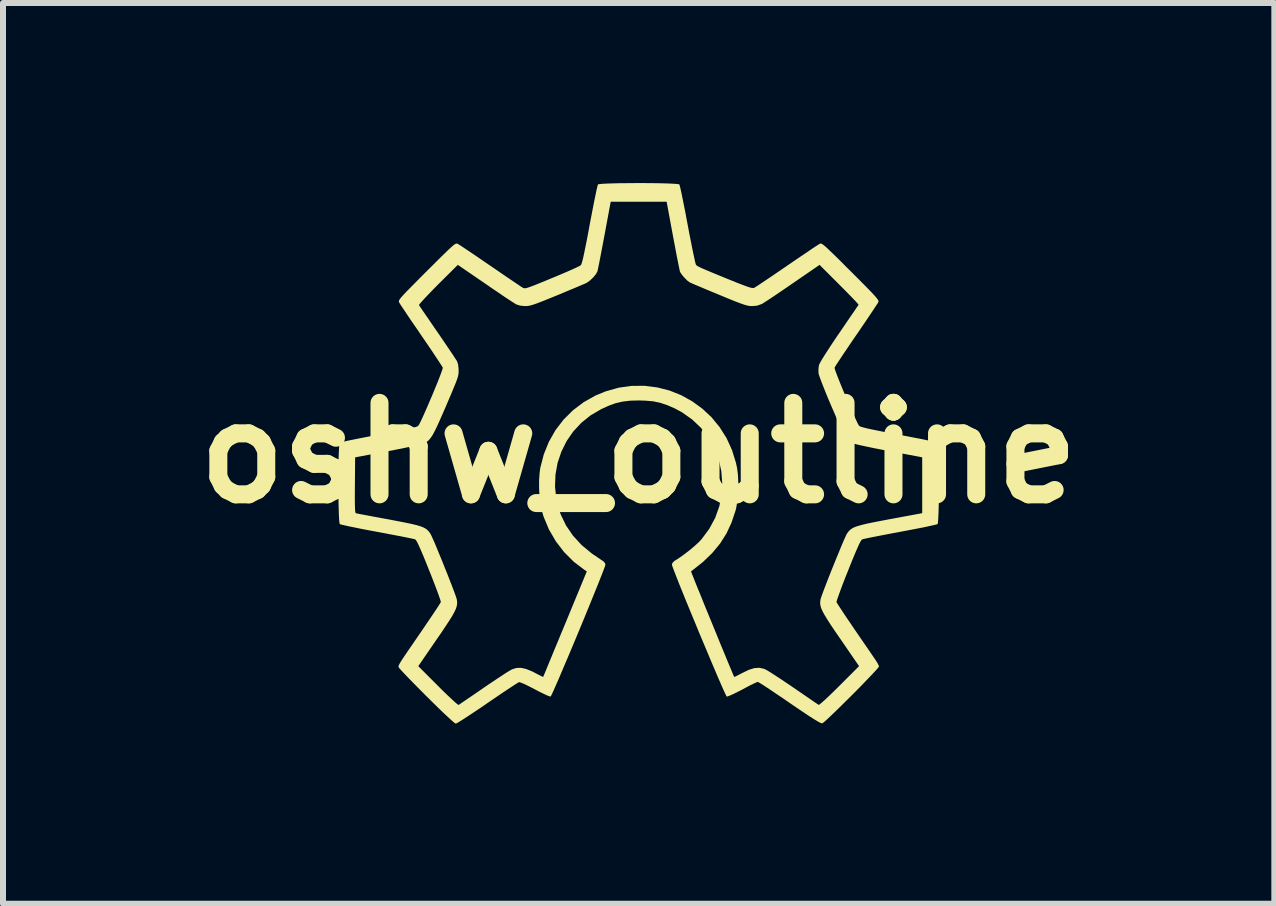
<source format=kicad_pcb>
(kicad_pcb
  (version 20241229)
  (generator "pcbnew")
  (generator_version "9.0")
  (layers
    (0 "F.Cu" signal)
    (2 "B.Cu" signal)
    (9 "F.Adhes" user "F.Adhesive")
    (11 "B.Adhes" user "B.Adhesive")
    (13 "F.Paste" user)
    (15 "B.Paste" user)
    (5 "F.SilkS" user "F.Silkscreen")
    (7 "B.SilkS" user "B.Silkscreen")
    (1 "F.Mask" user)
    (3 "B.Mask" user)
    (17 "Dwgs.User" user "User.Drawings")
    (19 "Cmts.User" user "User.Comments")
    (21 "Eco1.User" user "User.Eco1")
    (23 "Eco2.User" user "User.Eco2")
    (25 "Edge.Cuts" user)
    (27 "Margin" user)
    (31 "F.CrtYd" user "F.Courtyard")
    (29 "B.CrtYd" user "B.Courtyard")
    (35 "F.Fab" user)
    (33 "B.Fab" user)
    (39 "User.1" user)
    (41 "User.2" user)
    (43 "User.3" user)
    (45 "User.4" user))
  (footprint "oshw_outline"
    (layer "F.Cu")
    (at 7.591 4.497)
    (property "Reference" "oshw_outline" (at 0 0 0) (layer "F.SilkS") (effects (font (size 1.524 1.524) (thickness 0.3))))
    (attr board_only exclude_from_pos_files exclude_from_bom)
    (fp_poly (pts (xy 0.154 -4.496) (xy 0.276 -4.495) (xy 0.389 -4.493) (xy 0.489 -4.49) (xy 0.572 -4.486) (xy 0.633 -4.482) (xy 0.67 -4.477) (xy 0.678 -4.474) (xy 0.684 -4.454) (xy 0.696 -4.407) (xy 0.712 -4.335) (xy 0.731 -4.242) (xy 0.753 -4.132) (xy 0.778 -4.007) (xy 0.803 -3.872) (xy 0.816 -3.805) (xy 0.842 -3.665) (xy 0.868 -3.535) (xy 0.891 -3.417) (xy 0.912 -3.316) (xy 0.93 -3.233) (xy 0.943 -3.174) (xy 0.953 -3.14) (xy 0.955 -3.135) (xy 0.965 -3.125) (xy 0.982 -3.113) (xy 1.009 -3.099) (xy 1.049 -3.08) (xy 1.104 -3.056) (xy 1.177 -3.025) (xy 1.271 -2.986) (xy 1.39 -2.937) (xy 1.518 -2.885) (xy 1.634 -2.838) (xy 1.725 -2.803) (xy 1.794 -2.777) (xy 1.844 -2.76) (xy 1.88 -2.751) (xy 1.904 -2.748) (xy 1.921 -2.75) (xy 1.926 -2.752) (xy 1.947 -2.765) (xy 1.991 -2.793) (xy 2.055 -2.836) (xy 2.136 -2.89) (xy 2.231 -2.954) (xy 2.336 -3.026) (xy 2.449 -3.103) (xy 2.473 -3.12) (xy 2.588 -3.198) (xy 2.695 -3.271) (xy 2.792 -3.336) (xy 2.875 -3.393) (xy 2.943 -3.438) (xy 2.991 -3.469) (xy 3.017 -3.485) (xy 3.02 -3.487) (xy 3.03 -3.489) (xy 3.042 -3.488) (xy 3.059 -3.48) (xy 3.082 -3.463) (xy 3.114 -3.437) (xy 3.156 -3.398) (xy 3.211 -3.345) (xy 3.282 -3.277) (xy 3.369 -3.191) (xy 3.475 -3.084) (xy 3.533 -3.027) (xy 3.649 -2.911) (xy 3.744 -2.815) (xy 3.821 -2.737) (xy 3.881 -2.675) (xy 3.926 -2.627) (xy 3.958 -2.59) (xy 3.979 -2.563) (xy 3.991 -2.544) (xy 3.996 -2.529) (xy 3.995 -2.518) (xy 3.993 -2.512) (xy 3.98 -2.491) (xy 3.951 -2.447) (xy 3.909 -2.383) (xy 3.855 -2.302) (xy 3.791 -2.207) (xy 3.719 -2.101) (xy 3.642 -1.988) (xy 3.623 -1.961) (xy 3.545 -1.847) (xy 3.473 -1.74) (xy 3.408 -1.644) (xy 3.353 -1.561) (xy 3.309 -1.495) (xy 3.279 -1.448) (xy 3.265 -1.423) (xy 3.264 -1.42) (xy 3.268 -1.399) (xy 3.283 -1.354) (xy 3.308 -1.288) (xy 3.34 -1.206) (xy 3.378 -1.112) (xy 3.42 -1.011) (xy 3.464 -0.907) (xy 3.508 -0.804) (xy 3.55 -0.707) (xy 3.59 -0.619) (xy 3.624 -0.546) (xy 3.65 -0.491) (xy 3.669 -0.458) (xy 3.673 -0.453) (xy 3.686 -0.444) (xy 3.713 -0.434) (xy 3.755 -0.422) (xy 3.815 -0.407) (xy 3.896 -0.39) (xy 3.999 -0.369) (xy 4.129 -0.343) (xy 4.286 -0.314) (xy 4.331 -0.305) (xy 4.468 -0.279) (xy 4.596 -0.254) (xy 4.712 -0.232) (xy 4.811 -0.211) (xy 4.891 -0.194) (xy 4.947 -0.181) (xy 4.977 -0.173) (xy 4.981 -0.171) (xy 4.986 -0.151) (xy 4.991 -0.103) (xy 4.995 -0.032) (xy 4.998 0.058) (xy 5 0.164) (xy 5.002 0.282) (xy 5.003 0.406) (xy 5.003 0.534) (xy 5.002 0.661) (xy 5.001 0.783) (xy 4.999 0.896) (xy 4.996 0.996) (xy 4.992 1.079) (xy 4.988 1.14) (xy 4.983 1.177) (xy 4.979 1.185) (xy 4.959 1.192) (xy 4.912 1.203) (xy 4.84 1.219) (xy 4.748 1.239) (xy 4.639 1.26) (xy 4.516 1.284) (xy 4.383 1.309) (xy 4.358 1.314) (xy 4.223 1.339) (xy 4.097 1.363) (xy 3.984 1.385) (xy 3.886 1.404) (xy 3.809 1.42) (xy 3.754 1.432) (xy 3.727 1.439) (xy 3.725 1.439) (xy 3.713 1.45) (xy 3.696 1.476) (xy 3.674 1.518) (xy 3.646 1.58) (xy 3.61 1.663) (xy 3.565 1.771) (xy 3.511 1.905) (xy 3.491 1.956) (xy 3.443 2.075) (xy 3.4 2.186) (xy 3.363 2.285) (xy 3.333 2.368) (xy 3.311 2.431) (xy 3.298 2.471) (xy 3.296 2.485) (xy 3.307 2.504) (xy 3.333 2.545) (xy 3.373 2.606) (xy 3.424 2.684) (xy 3.485 2.774) (xy 3.553 2.874) (xy 3.601 2.945) (xy 3.675 3.053) (xy 3.745 3.155) (xy 3.81 3.249) (xy 3.866 3.331) (xy 3.91 3.396) (xy 3.941 3.441) (xy 3.951 3.456) (xy 3.98 3.502) (xy 3.999 3.54) (xy 4.004 3.558) (xy 3.993 3.575) (xy 3.962 3.611) (xy 3.914 3.663) (xy 3.852 3.729) (xy 3.779 3.805) (xy 3.698 3.889) (xy 3.611 3.977) (xy 3.521 4.067) (xy 3.432 4.155) (xy 3.346 4.24) (xy 3.266 4.318) (xy 3.195 4.386) (xy 3.136 4.441) (xy 3.091 4.481) (xy 3.064 4.502) (xy 3.059 4.504) (xy 3.044 4.503) (xy 3.017 4.491) (xy 2.977 4.469) (xy 2.921 4.435) (xy 2.847 4.388) (xy 2.754 4.326) (xy 2.638 4.248) (xy 2.515 4.164) (xy 2.402 4.086) (xy 2.296 4.015) (xy 2.201 3.951) (xy 2.12 3.897) (xy 2.055 3.855) (xy 2.009 3.827) (xy 1.986 3.814) (xy 1.984 3.814) (xy 1.964 3.821) (xy 1.92 3.841) (xy 1.859 3.871) (xy 1.786 3.909) (xy 1.727 3.941) (xy 1.647 3.982) (xy 1.576 4.017) (xy 1.519 4.042) (xy 1.481 4.057) (xy 1.467 4.058) (xy 1.458 4.043) (xy 1.437 4) (xy 1.407 3.934) (xy 1.369 3.847) (xy 1.323 3.742) (xy 1.272 3.622) (xy 1.215 3.488) (xy 1.155 3.345) (xy 1.092 3.195) (xy 1.027 3.041) (xy 0.963 2.885) (xy 0.899 2.731) (xy 0.837 2.58) (xy 0.778 2.437) (xy 0.724 2.303) (xy 0.675 2.182) (xy 0.633 2.075) (xy 0.599 1.987) (xy 0.573 1.92) (xy 0.558 1.877) (xy 0.554 1.86) (xy 0.564 1.83) (xy 0.596 1.799) (xy 0.622 1.783) (xy 0.691 1.738) (xy 0.771 1.68) (xy 0.855 1.615) (xy 0.934 1.548) (xy 1.002 1.486) (xy 1.048 1.437) (xy 1.177 1.263) (xy 1.276 1.079) (xy 1.345 0.884) (xy 1.383 0.68) (xy 1.393 0.514) (xy 1.377 0.304) (xy 1.333 0.104) (xy 1.26 -0.085) (xy 1.161 -0.26) (xy 1.038 -0.419) (xy 0.89 -0.559) (xy 0.721 -0.678) (xy 0.6 -0.743) (xy 0.473 -0.798) (xy 0.356 -0.837) (xy 0.238 -0.861) (xy 0.107 -0.872) (xy 0 -0.875) (xy -0.143 -0.871) (xy -0.266 -0.856) (xy -0.381 -0.83) (xy -0.497 -0.788) (xy -0.625 -0.73) (xy -0.802 -0.626) (xy -0.958 -0.5) (xy -1.092 -0.355) (xy -1.203 -0.194) (xy -1.289 -0.019) (xy -1.351 0.166) (xy -1.386 0.359) (xy -1.394 0.557) (xy -1.373 0.757) (xy -1.323 0.956) (xy -1.299 1.024) (xy -1.211 1.207) (xy -1.095 1.377) (xy -0.951 1.534) (xy -0.778 1.677) (xy -0.637 1.772) (xy -0.587 1.806) (xy -0.561 1.835) (xy -0.554 1.86) (xy -0.56 1.882) (xy -0.577 1.93) (xy -0.604 2.001) (xy -0.64 2.092) (xy -0.683 2.201) (xy -0.733 2.324) (xy -0.788 2.46) (xy -0.847 2.605) (xy -0.909 2.756) (xy -0.973 2.911) (xy -1.038 3.067) (xy -1.102 3.22) (xy -1.165 3.37) (xy -1.225 3.511) (xy -1.281 3.642) (xy -1.331 3.761) (xy -1.376 3.863) (xy -1.413 3.947) (xy -1.441 4.009) (xy -1.46 4.047) (xy -1.467 4.058) (xy -1.488 4.054) (xy -1.531 4.037) (xy -1.592 4.008) (xy -1.666 3.972) (xy -1.728 3.939) (xy -1.815 3.894) (xy -1.889 3.857) (xy -1.947 3.832) (xy -1.984 3.819) (xy -1.994 3.819) (xy -2.013 3.829) (xy -2.055 3.855) (xy -2.117 3.896) (xy -2.196 3.948) (xy -2.289 4.01) (xy -2.393 4.081) (xy -2.505 4.157) (xy -2.521 4.168) (xy -2.633 4.245) (xy -2.738 4.315) (xy -2.833 4.378) (xy -2.914 4.431) (xy -2.979 4.472) (xy -3.024 4.499) (xy -3.047 4.51) (xy -3.048 4.51) (xy -3.066 4.499) (xy -3.103 4.468) (xy -3.159 4.417) (xy -3.23 4.351) (xy -3.316 4.269) (xy -3.412 4.175) (xy -3.518 4.07) (xy -3.533 4.056) (xy -3.632 3.956) (xy -3.724 3.863) (xy -3.807 3.778) (xy -3.878 3.705) (xy -3.934 3.645) (xy -3.974 3.602) (xy -3.995 3.577) (xy -3.997 3.573) (xy -4 3.564) (xy -4.001 3.555) (xy -3.999 3.543) (xy -3.991 3.526) (xy -3.978 3.502) (xy -3.957 3.467) (xy -3.926 3.419) (xy -3.884 3.357) (xy -3.829 3.276) (xy -3.76 3.176) (xy -3.676 3.053) (xy -3.638 2.998) (xy -3.562 2.887) (xy -3.492 2.783) (xy -3.429 2.69) (xy -3.376 2.611) (xy -3.335 2.548) (xy -3.308 2.505) (xy -3.296 2.485) (xy -3.296 2.484) (xy -3.3 2.464) (xy -3.315 2.418) (xy -3.339 2.35) (xy -3.371 2.263) (xy -3.41 2.161) (xy -3.454 2.048) (xy -3.491 1.956) (xy -3.548 1.812) (xy -3.596 1.696) (xy -3.635 1.605) (xy -3.666 1.536) (xy -3.69 1.487) (xy -3.708 1.456) (xy -3.722 1.441) (xy -3.725 1.439) (xy -3.748 1.433) (xy -3.798 1.422) (xy -3.872 1.407) (xy -3.966 1.388) (xy -4.078 1.367) (xy -4.202 1.343) (xy -4.335 1.318) (xy -4.358 1.314) (xy -4.492 1.289) (xy -4.617 1.265) (xy -4.729 1.242) (xy -4.825 1.223) (xy -4.9 1.206) (xy -4.953 1.194) (xy -4.978 1.186) (xy -4.979 1.185) (xy -4.985 1.165) (xy -4.99 1.118) (xy -4.994 1.046) (xy -4.997 0.956) (xy -5 0.85) (xy -5.001 0.785) (xy -4.729 0.785) (xy -4.728 0.87) (xy -4.726 0.931) (xy -4.723 0.972) (xy -4.718 0.995) (xy -4.712 1.004) (xy -4.712 1.004) (xy -4.692 1.008) (xy -4.645 1.018) (xy -4.574 1.031) (xy -4.484 1.048) (xy -4.377 1.068) (xy -4.259 1.09) (xy -4.17 1.106) (xy -4.014 1.136) (xy -3.885 1.161) (xy -3.781 1.183) (xy -3.698 1.203) (xy -3.634 1.222) (xy -3.584 1.242) (xy -3.546 1.263) (xy -3.517 1.286) (xy -3.492 1.314) (xy -3.472 1.342) (xy -3.457 1.37) (xy -3.433 1.423) (xy -3.4 1.497) (xy -3.362 1.588) (xy -3.32 1.691) (xy -3.274 1.801) (xy -3.229 1.915) (xy -3.183 2.029) (xy -3.141 2.137) (xy -3.103 2.235) (xy -3.071 2.32) (xy -3.047 2.386) (xy -3.033 2.43) (xy -3.03 2.441) (xy -3.025 2.479) (xy -3.025 2.515) (xy -3.032 2.554) (xy -3.046 2.598) (xy -3.071 2.651) (xy -3.106 2.715) (xy -3.155 2.793) (xy -3.218 2.889) (xy -3.296 3.006) (xy -3.365 3.105) (xy -3.672 3.552) (xy -3.344 3.88) (xy -3.261 3.963) (xy -3.184 4.037) (xy -3.116 4.101) (xy -3.062 4.151) (xy -3.023 4.184) (xy -3.002 4.198) (xy -3 4.198) (xy -2.983 4.187) (xy -2.944 4.16) (xy -2.885 4.12) (xy -2.81 4.069) (xy -2.722 4.009) (xy -2.625 3.942) (xy -2.583 3.913) (xy -2.48 3.843) (xy -2.381 3.777) (xy -2.292 3.718) (xy -2.216 3.668) (xy -2.156 3.631) (xy -2.117 3.609) (xy -2.109 3.605) (xy -2.036 3.582) (xy -1.96 3.58) (xy -1.875 3.599) (xy -1.776 3.639) (xy -1.73 3.663) (xy -1.672 3.693) (xy -1.626 3.716) (xy -1.597 3.73) (xy -1.591 3.731) (xy -1.585 3.716) (xy -1.567 3.674) (xy -1.54 3.609) (xy -1.504 3.521) (xy -1.46 3.415) (xy -1.409 3.291) (xy -1.352 3.154) (xy -1.291 3.006) (xy -1.226 2.85) (xy -0.864 1.973) (xy -0.903 1.948) (xy -1.082 1.812) (xy -1.242 1.652) (xy -1.38 1.472) (xy -1.495 1.275) (xy -1.583 1.064) (xy -1.617 0.952) (xy -1.638 0.848) (xy -1.652 0.723) (xy -1.659 0.587) (xy -1.659 0.452) (xy -1.65 0.328) (xy -1.639 0.248) (xy -1.581 0.024) (xy -1.496 -0.186) (xy -1.386 -0.38) (xy -1.251 -0.556) (xy -1.094 -0.712) (xy -0.916 -0.846) (xy -0.719 -0.957) (xy -0.548 -1.027) (xy -0.331 -1.088) (xy -0.114 -1.118) (xy 0.101 -1.119) (xy 0.312 -1.092) (xy 0.515 -1.04) (xy 0.709 -0.962) (xy 0.892 -0.861) (xy 1.061 -0.738) (xy 1.215 -0.594) (xy 1.349 -0.43) (xy 1.464 -0.248) (xy 1.555 -0.049) (xy 1.621 0.165) (xy 1.639 0.247) (xy 1.654 0.363) (xy 1.66 0.496) (xy 1.658 0.636) (xy 1.647 0.773) (xy 1.629 0.896) (xy 1.615 0.957) (xy 1.548 1.158) (xy 1.463 1.341) (xy 1.356 1.51) (xy 1.225 1.668) (xy 1.068 1.819) (xy 0.881 1.967) (xy 0.872 1.973) (xy 0.877 1.987) (xy 0.893 2.028) (xy 0.919 2.092) (xy 0.952 2.176) (xy 0.993 2.277) (xy 1.04 2.391) (xy 1.09 2.517) (xy 1.145 2.65) (xy 1.201 2.787) (xy 1.258 2.926) (xy 1.314 3.063) (xy 1.368 3.196) (xy 1.42 3.321) (xy 1.467 3.435) (xy 1.508 3.534) (xy 1.543 3.617) (xy 1.569 3.68) (xy 1.586 3.719) (xy 1.592 3.732) (xy 1.606 3.727) (xy 1.642 3.71) (xy 1.693 3.683) (xy 1.731 3.664) (xy 1.836 3.613) (xy 1.926 3.585) (xy 2.006 3.579) (xy 2.08 3.594) (xy 2.109 3.605) (xy 2.14 3.622) (xy 2.193 3.654) (xy 2.265 3.7) (xy 2.351 3.756) (xy 2.446 3.82) (xy 2.549 3.889) (xy 2.582 3.912) (xy 2.683 3.981) (xy 2.775 4.044) (xy 2.855 4.099) (xy 2.921 4.145) (xy 2.969 4.177) (xy 2.996 4.195) (xy 3 4.198) (xy 3.015 4.189) (xy 3.049 4.161) (xy 3.1 4.116) (xy 3.164 4.056) (xy 3.238 3.985) (xy 3.32 3.904) (xy 3.344 3.88) (xy 3.672 3.552) (xy 3.365 3.105) (xy 3.273 2.972) (xy 3.199 2.862) (xy 3.141 2.771) (xy 3.096 2.697) (xy 3.063 2.636) (xy 3.041 2.586) (xy 3.029 2.543) (xy 3.024 2.505) (xy 3.026 2.469) (xy 3.03 2.441) (xy 3.039 2.41) (xy 3.059 2.353) (xy 3.087 2.277) (xy 3.123 2.184) (xy 3.163 2.08) (xy 3.207 1.969) (xy 3.253 1.855) (xy 3.299 1.742) (xy 3.343 1.635) (xy 3.383 1.538) (xy 3.418 1.455) (xy 3.447 1.392) (xy 3.466 1.351) (xy 3.472 1.342) (xy 3.494 1.311) (xy 3.518 1.285) (xy 3.548 1.262) (xy 3.586 1.241) (xy 3.636 1.222) (xy 3.701 1.203) (xy 3.783 1.182) (xy 3.888 1.16) (xy 4.016 1.135) (xy 4.173 1.105) (xy 4.186 1.103) (xy 4.724 1.003) (xy 4.724 0.072) (xy 4.17 -0.032) (xy 4.04 -0.057) (xy 3.918 -0.081) (xy 3.808 -0.104) (xy 3.714 -0.124) (xy 3.64 -0.141) (xy 3.59 -0.154) (xy 3.569 -0.162) (xy 3.536 -0.181) (xy 3.507 -0.203) (xy 3.48 -0.232) (xy 3.451 -0.271) (xy 3.421 -0.322) (xy 3.386 -0.388) (xy 3.346 -0.474) (xy 3.297 -0.581) (xy 3.24 -0.713) (xy 3.213 -0.775) (xy 3.161 -0.897) (xy 3.114 -1.011) (xy 3.073 -1.114) (xy 3.039 -1.202) (xy 3.014 -1.27) (xy 2.999 -1.316) (xy 2.997 -1.329) (xy 2.995 -1.391) (xy 3.002 -1.454) (xy 3.005 -1.466) (xy 3.019 -1.497) (xy 3.05 -1.552) (xy 3.097 -1.628) (xy 3.158 -1.722) (xy 3.231 -1.834) (xy 3.315 -1.959) (xy 3.341 -1.996) (xy 3.414 -2.103) (xy 3.482 -2.203) (xy 3.542 -2.291) (xy 3.593 -2.364) (xy 3.631 -2.421) (xy 3.656 -2.457) (xy 3.664 -2.469) (xy 3.655 -2.482) (xy 3.626 -2.515) (xy 3.58 -2.564) (xy 3.519 -2.627) (xy 3.447 -2.7) (xy 3.366 -2.782) (xy 3.342 -2.806) (xy 3.014 -3.134) (xy 2.563 -2.824) (xy 2.454 -2.749) (xy 2.351 -2.679) (xy 2.258 -2.616) (xy 2.177 -2.562) (xy 2.112 -2.52) (xy 2.067 -2.491) (xy 2.049 -2.481) (xy 1.972 -2.454) (xy 1.891 -2.447) (xy 1.862 -2.448) (xy 1.831 -2.452) (xy 1.796 -2.46) (xy 1.752 -2.473) (xy 1.695 -2.493) (xy 1.623 -2.52) (xy 1.53 -2.557) (xy 1.415 -2.605) (xy 1.347 -2.633) (xy 1.233 -2.68) (xy 1.127 -2.724) (xy 1.033 -2.764) (xy 0.954 -2.797) (xy 0.896 -2.822) (xy 0.861 -2.838) (xy 0.855 -2.84) (xy 0.813 -2.87) (xy 0.766 -2.916) (xy 0.723 -2.966) (xy 0.693 -3.011) (xy 0.687 -3.025) (xy 0.682 -3.049) (xy 0.671 -3.1) (xy 0.656 -3.175) (xy 0.637 -3.269) (xy 0.616 -3.38) (xy 0.593 -3.502) (xy 0.57 -3.624) (xy 0.466 -4.186) (xy -0.466 -4.186) (xy -0.57 -3.624) (xy -0.595 -3.493) (xy -0.618 -3.371) (xy -0.639 -3.262) (xy -0.657 -3.169) (xy -0.672 -3.095) (xy -0.682 -3.046) (xy -0.687 -3.025) (xy -0.712 -2.98) (xy -0.755 -2.927) (xy -0.806 -2.878) (xy -0.858 -2.84) (xy -0.869 -2.834) (xy -0.898 -2.82) (xy -0.952 -2.797) (xy -1.027 -2.765) (xy -1.118 -2.727) (xy -1.222 -2.684) (xy -1.333 -2.637) (xy -1.361 -2.626) (xy -1.488 -2.574) (xy -1.59 -2.533) (xy -1.67 -2.502) (xy -1.732 -2.479) (xy -1.781 -2.464) (xy -1.82 -2.454) (xy -1.852 -2.449) (xy -1.882 -2.447) (xy -1.891 -2.447) (xy -1.975 -2.455) (xy -2.04 -2.476) (xy -2.041 -2.476) (xy -2.066 -2.492) (xy -2.115 -2.523) (xy -2.182 -2.567) (xy -2.266 -2.623) (xy -2.361 -2.688) (xy -2.466 -2.759) (xy -2.554 -2.82) (xy -3.013 -3.134) (xy -3.342 -2.807) (xy -3.425 -2.723) (xy -3.499 -2.646) (xy -3.563 -2.579) (xy -3.612 -2.525) (xy -3.646 -2.486) (xy -3.66 -2.466) (xy -3.66 -2.464) (xy -3.649 -2.447) (xy -3.623 -2.408) (xy -3.583 -2.349) (xy -3.531 -2.274) (xy -3.47 -2.185) (xy -3.402 -2.085) (xy -3.351 -2.012) (xy -3.278 -1.905) (xy -3.21 -1.805) (xy -3.15 -1.716) (xy -3.098 -1.639) (xy -3.059 -1.579) (xy -3.033 -1.54) (xy -3.026 -1.527) (xy -3.009 -1.477) (xy -3.001 -1.406) (xy -3 -1.377) (xy -3 -1.348) (xy -3.002 -1.319) (xy -3.008 -1.288) (xy -3.018 -1.251) (xy -3.034 -1.204) (xy -3.057 -1.144) (xy -3.089 -1.068) (xy -3.129 -0.971) (xy -3.181 -0.85) (xy -3.209 -0.783) (xy -3.272 -0.639) (xy -3.324 -0.521) (xy -3.368 -0.426) (xy -3.405 -0.351) (xy -3.437 -0.293) (xy -3.466 -0.25) (xy -3.493 -0.217) (xy -3.521 -0.192) (xy -3.551 -0.171) (xy -3.569 -0.161) (xy -3.595 -0.153) (xy -3.649 -0.139) (xy -3.725 -0.121) (xy -3.822 -0.101) (xy -3.934 -0.077) (xy -4.057 -0.053) (xy -4.17 -0.031) (xy -4.724 0.073) (xy -4.728 0.535) (xy -4.729 0.675) (xy -4.729 0.785) (xy -5.001 0.785) (xy -5.002 0.732) (xy -5.003 0.608) (xy -5.003 0.48) (xy -5.003 0.353) (xy -5.001 0.231) (xy -5 0.118) (xy -4.997 0.018) (xy -4.993 -0.065) (xy -4.989 -0.127) (xy -4.984 -0.163) (xy -4.981 -0.171) (xy -4.961 -0.177) (xy -4.914 -0.189) (xy -4.843 -0.205) (xy -4.75 -0.224) (xy -4.64 -0.246) (xy -4.516 -0.27) (xy -4.382 -0.296) (xy -4.331 -0.305) (xy -4.166 -0.336) (xy -4.03 -0.362) (xy -3.92 -0.384) (xy -3.834 -0.402) (xy -3.769 -0.418) (xy -3.722 -0.43) (xy -3.692 -0.441) (xy -3.675 -0.45) (xy -3.672 -0.453) (xy -3.657 -0.476) (xy -3.633 -0.523) (xy -3.601 -0.591) (xy -3.564 -0.674) (xy -3.522 -0.769) (xy -3.479 -0.87) (xy -3.434 -0.975) (xy -3.392 -1.077) (xy -3.352 -1.174) (xy -3.318 -1.261) (xy -3.291 -1.333) (xy -3.272 -1.386) (xy -3.264 -1.417) (xy -3.264 -1.421) (xy -3.274 -1.44) (xy -3.301 -1.482) (xy -3.341 -1.544) (xy -3.394 -1.623) (xy -3.456 -1.717) (xy -3.527 -1.821) (xy -3.604 -1.933) (xy -3.623 -1.961) (xy -3.701 -2.076) (xy -3.775 -2.183) (xy -3.841 -2.28) (xy -3.897 -2.365) (xy -3.943 -2.433) (xy -3.975 -2.482) (xy -3.991 -2.509) (xy -3.992 -2.511) (xy -3.996 -2.522) (xy -3.995 -2.534) (xy -3.988 -2.549) (xy -3.974 -2.571) (xy -3.95 -2.6) (xy -3.914 -2.64) (xy -3.865 -2.692) (xy -3.8 -2.758) (xy -3.718 -2.841) (xy -3.617 -2.943) (xy -3.533 -3.027) (xy -3.417 -3.142) (xy -3.321 -3.238) (xy -3.243 -3.314) (xy -3.182 -3.374) (xy -3.133 -3.419) (xy -3.097 -3.452) (xy -3.07 -3.473) (xy -3.051 -3.484) (xy -3.036 -3.489) (xy -3.025 -3.488) (xy -3.018 -3.486) (xy -2.996 -3.473) (xy -2.952 -3.445) (xy -2.888 -3.402) (xy -2.807 -3.348) (xy -2.712 -3.284) (xy -2.607 -3.212) (xy -2.495 -3.135) (xy -2.475 -3.122) (xy -2.361 -3.044) (xy -2.255 -2.971) (xy -2.158 -2.905) (xy -2.075 -2.849) (xy -2.008 -2.804) (xy -1.961 -2.772) (xy -1.936 -2.756) (xy -1.934 -2.755) (xy -1.921 -2.749) (xy -1.909 -2.745) (xy -1.893 -2.744) (xy -1.87 -2.748) (xy -1.838 -2.757) (xy -1.794 -2.773) (xy -1.733 -2.796) (xy -1.653 -2.828) (xy -1.551 -2.87) (xy -1.423 -2.923) (xy -1.393 -2.935) (xy -1.286 -2.98) (xy -1.188 -3.022) (xy -1.102 -3.06) (xy -1.034 -3.091) (xy -0.986 -3.115) (xy -0.964 -3.129) (xy -0.963 -3.129) (xy -0.954 -3.146) (xy -0.943 -3.181) (xy -0.928 -3.237) (xy -0.911 -3.315) (xy -0.89 -3.418) (xy -0.864 -3.547) (xy -0.834 -3.704) (xy -0.816 -3.805) (xy -0.789 -3.945) (xy -0.764 -4.075) (xy -0.741 -4.192) (xy -0.72 -4.294) (xy -0.703 -4.376) (xy -0.689 -4.435) (xy -0.681 -4.468) (xy -0.678 -4.474) (xy -0.658 -4.479) (xy -0.611 -4.484) (xy -0.539 -4.488) (xy -0.449 -4.491) (xy -0.343 -4.494) (xy -0.226 -4.495) (xy -0.101 -4.496) (xy 0.027 -4.497)) (stroke (width 0) (type solid)) (fill yes) (layer "F.SilkS")))
  (gr_rect
    (start -3 -3)
    (end 18.182 12.007)
    (stroke (width 0.1) (type default))
    (fill no)
    (layer "Edge.Cuts")))
</source>
